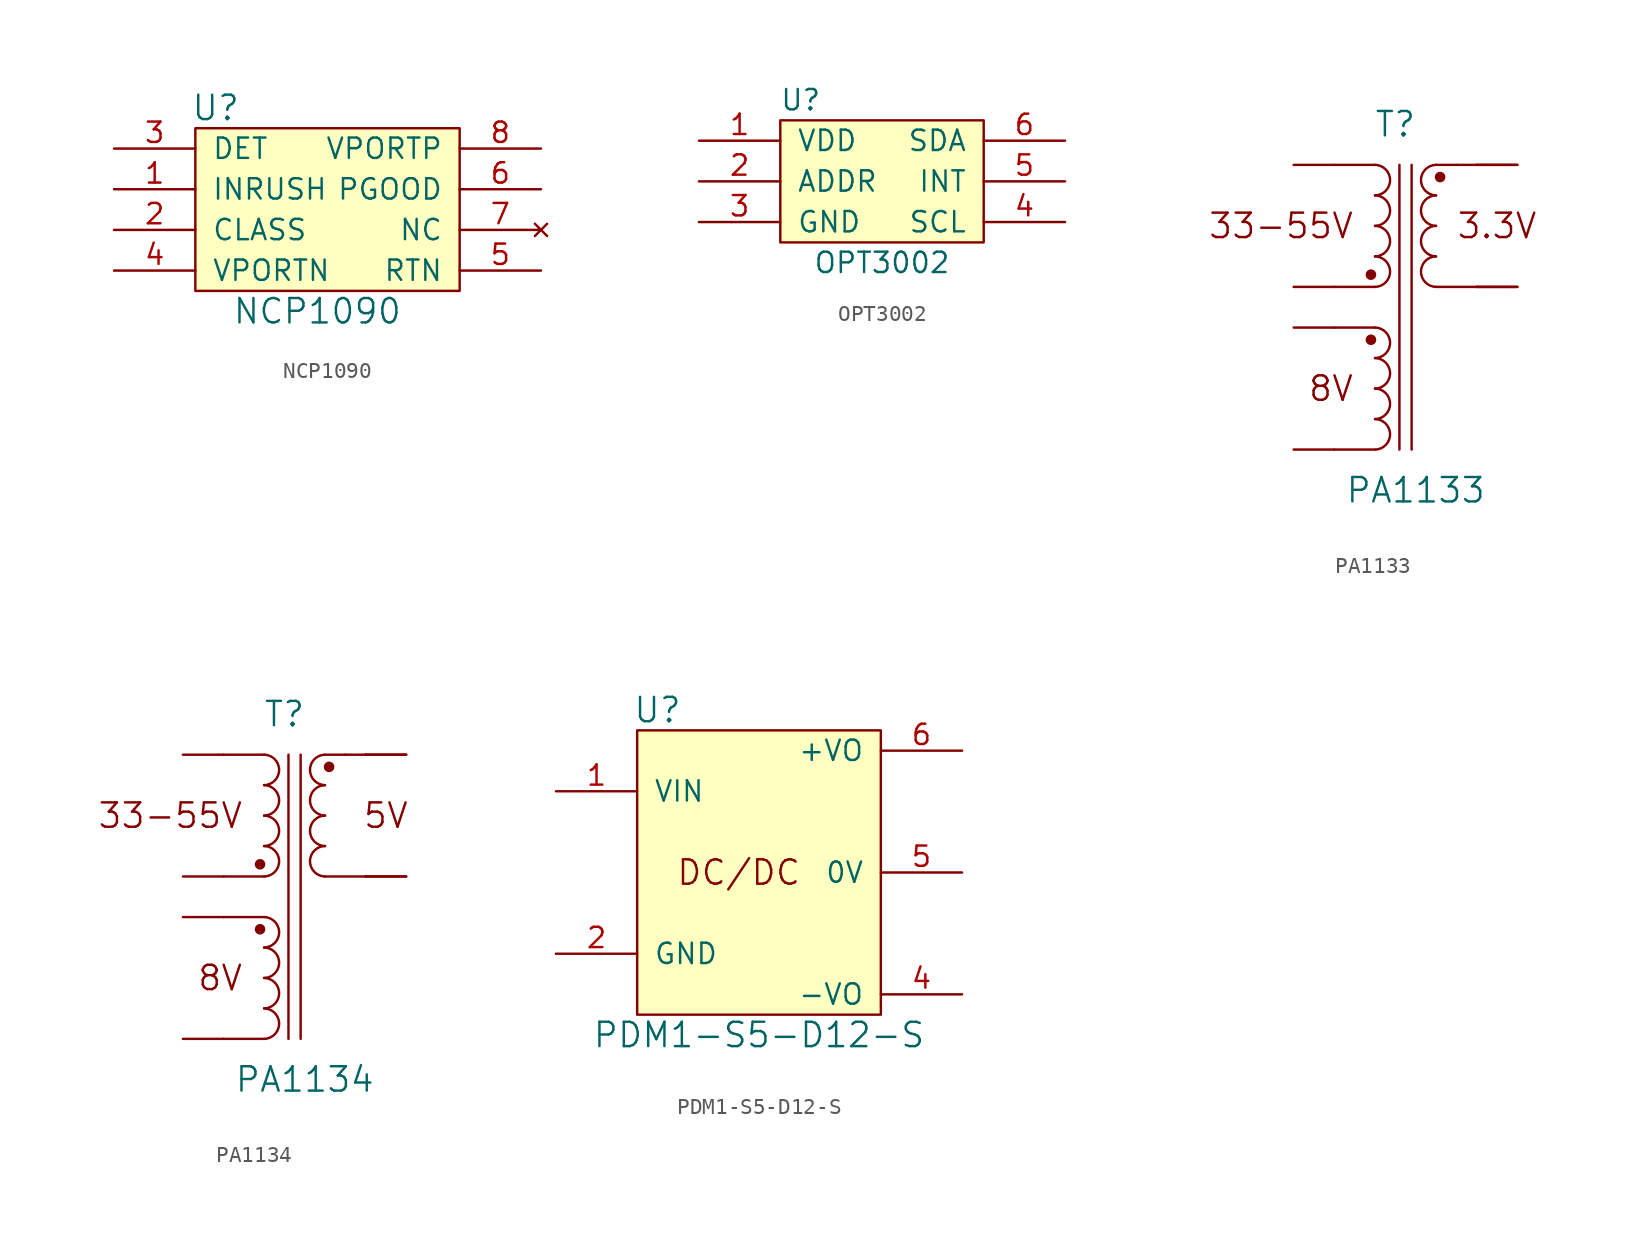
<source format=kicad_sym>
(kicad_symbol_lib
  (version 20211014)
  (generator kicad_symbol_editor)
  (symbol "NCP1090"
    (pin_names
      (offset 1.016))
    (property "Reference" "U"
      (at -6.35 6.35 0)
      (effects (font (size 1.524 1.524))))
    (property "Value" "NCP1090"
      (at 0 -6.35 0)
      (effects (font (size 1.524 1.524))))
    (symbol "NCP1090_0_1"
      (rectangle (start -7.62 5.08) (end 8.89 -5.08) (stroke (width 0) (type default) (color 0 0 0 0)) (fill (type background))))
    (symbol "NCP1090_1_1"
      (pin output line (at -12.7 1.27 0) (length 5.08) (name "INRUSH" (effects (font (size 1.27 1.27)))) (number "1" (effects (font (size 1.27 1.27)))))
      (pin output line (at -12.7 -1.27 0) (length 5.08) (name "CLASS" (effects (font (size 1.27 1.27)))) (number "2" (effects (font (size 1.27 1.27)))))
      (pin output line (at -12.7 3.81 0) (length 5.08) (name "DET" (effects (font (size 1.27 1.27)))) (number "3" (effects (font (size 1.27 1.27)))))
      (pin power_in line (at -12.7 -3.81 0) (length 5.08) (name "VPORTN" (effects (font (size 1.27 1.27)))) (number "4" (effects (font (size 1.27 1.27)))))
      (pin power_out line (at 13.97 -3.81 180) (length 5.08) (name "RTN" (effects (font (size 1.27 1.27)))) (number "5" (effects (font (size 1.27 1.27)))))
      (pin output line (at 13.97 1.27 180) (length 5.08) (name "PGOOD" (effects (font (size 1.27 1.27)))) (number "6" (effects (font (size 1.27 1.27)))))
      (pin no_connect line (at 13.97 -1.27 180) (length 5.08) (name "NC" (effects (font (size 1.27 1.27)))) (number "7" (effects (font (size 1.27 1.27)))))
      (pin power_in line (at 13.97 3.81 180) (length 5.08) (name "VPORTP" (effects (font (size 1.27 1.27)))) (number "8" (effects (font (size 1.27 1.27)))))))
  (symbol "OPT3002"
    (pin_names
      (offset 1.016))
    (property "Reference" "U"
      (at -5.08 5.08 0)
      (effects (font (size 1.27 1.27))))
    (property "Value" "OPT3002"
      (at 0 -5.08 0)
      (effects (font (size 1.27 1.27))))
    (symbol "OPT3002_0_1"
      (polyline (pts (xy -6.35 3.81) (xy 6.35 3.81) (xy 6.35 -3.81) (xy -6.35 -3.81) (xy -6.35 3.81)) (stroke (width 0) (type default) (color 0 0 0 0)) (fill (type background))))
    (symbol "OPT3002_1_1"
      (pin power_in line (at -11.43 2.54 0) (length 5.08) (name "VDD" (effects (font (size 1.27 1.27)))) (number "1" (effects (font (size 1.27 1.27)))))
      (pin input line (at -11.43 0 0) (length 5.08) (name "ADDR" (effects (font (size 1.27 1.27)))) (number "2" (effects (font (size 1.27 1.27)))))
      (pin power_in line (at -11.43 -2.54 0) (length 5.08) (name "GND" (effects (font (size 1.27 1.27)))) (number "3" (effects (font (size 1.27 1.27)))))
      (pin output line (at 11.43 -2.54 180) (length 5.08) (name "SCL" (effects (font (size 1.27 1.27)))) (number "4" (effects (font (size 1.27 1.27)))))
      (pin output line (at 11.43 0 180) (length 5.08) (name "INT" (effects (font (size 1.27 1.27)))) (number "5" (effects (font (size 1.27 1.27)))))
      (pin bidirectional line (at 11.43 2.54 180) (length 5.08) (name "SDA" (effects (font (size 1.27 1.27)))) (number "6" (effects (font (size 1.27 1.27)))))))
  (symbol "PA1133"
    (pin_numbers hide)
    (pin_names
      (offset 1.016))
    (property "Reference" "T"
      (at -1.27 8.89 0)
      (effects (font (size 1.524 1.524))))
    (property "Value" "PA1133"
      (at 0 -13.97 0)
      (effects (font (size 1.524 1.524))))
    (symbol "PA1133_0_0"
      (text "3.3V" (at 5.08 2.54 0) (effects (font (size 1.524 1.524))))
      (text "33-55V" (at -3.81 2.54 0) (effects (font (size 1.524 1.524)) (justify right)))
      (text "8V" (at -3.81 -7.62 0) (effects (font (size 1.524 1.524)) (justify right))))
    (symbol "PA1133_0_1"
      (circle (center -2.794 -4.572) (radius 0.254) (stroke (width 0) (type default) (color 0 0 0 0)) (fill (type outline)))
      (circle (center -2.794 -0.508) (radius 0.254) (stroke (width 0) (type default) (color 0 0 0 0)) (fill (type outline)))
      (arc (start -2.54 -11.43) (mid -1.6002 -10.4902) (end -2.54 -9.525) (stroke (width 0) (type default) (color 0 0 0 0)) (fill (type none)))
      (arc (start -2.54 -9.525) (mid -1.6002 -8.5852) (end -2.54 -7.62) (stroke (width 0) (type default) (color 0 0 0 0)) (fill (type none)))
      (arc (start -2.54 -7.62) (mid -1.6002 -6.6802) (end -2.54 -5.715) (stroke (width 0) (type default) (color 0 0 0 0)) (fill (type none)))
      (arc (start -2.54 -5.715) (mid -1.6002 -4.7752) (end -2.54 -3.81) (stroke (width 0) (type default) (color 0 0 0 0)) (fill (type none)))
      (arc (start -2.54 -1.27) (mid -1.6002 -0.3302) (end -2.54 0.635) (stroke (width 0) (type default) (color 0 0 0 0)) (fill (type none)))
      (arc (start -2.54 0.635) (mid -1.6002 1.5748) (end -2.54 2.54) (stroke (width 0) (type default) (color 0 0 0 0)) (fill (type none)))
      (arc (start -2.54 2.54) (mid -1.6002 3.4798) (end -2.54 4.445) (stroke (width 0) (type default) (color 0 0 0 0)) (fill (type none)))
      (arc (start -2.54 4.445) (mid -1.6002 5.3848) (end -2.54 6.35) (stroke (width 0) (type default) (color 0 0 0 0)) (fill (type none)))
      (polyline (pts (xy -5.08 -11.43) (xy -2.54 -11.43)) (stroke (width 0) (type default) (color 0 0 0 0)) (fill (type none)))
      (polyline (pts (xy -5.08 -3.81) (xy -2.54 -3.81)) (stroke (width 0) (type default) (color 0 0 0 0)) (fill (type none)))
      (polyline (pts (xy -5.08 -1.27) (xy -2.54 -1.27)) (stroke (width 0) (type default) (color 0 0 0 0)) (fill (type none)))
      (polyline (pts (xy -5.08 6.35) (xy -2.54 6.35)) (stroke (width 0) (type default) (color 0 0 0 0)) (fill (type none)))
      (polyline (pts (xy -1.016 6.35) (xy -1.016 -11.43)) (stroke (width 0) (type default) (color 0 0 0 0)) (fill (type none)))
      (polyline (pts (xy -0.254 6.35) (xy -0.254 -11.43)) (stroke (width 0) (type default) (color 0 0 0 0)) (fill (type none)))
      (polyline (pts (xy 1.27 6.35) (xy 2.54 6.35)) (stroke (width 0) (type default) (color 0 0 0 0)) (fill (type none)))
      (polyline (pts (xy 3.81 -1.27) (xy 1.27 -1.27)) (stroke (width 0) (type default) (color 0 0 0 0)) (fill (type none)))
      (polyline (pts (xy 3.81 6.35) (xy 2.54 6.35)) (stroke (width 0) (type default) (color 0 0 0 0)) (fill (type none)))
      (arc (start 1.27 0.635) (mid 0.3302 -0.3048) (end 1.27 -1.27) (stroke (width 0) (type default) (color 0 0 0 0)) (fill (type none)))
      (arc (start 1.27 2.54) (mid 0.3302 1.6002) (end 1.27 0.635) (stroke (width 0) (type default) (color 0 0 0 0)) (fill (type none)))
      (arc (start 1.27 4.445) (mid 0.3302 3.5052) (end 1.27 2.54) (stroke (width 0) (type default) (color 0 0 0 0)) (fill (type none)))
      (arc (start 1.27 6.35) (mid 0.3302 5.4102) (end 1.27 4.445) (stroke (width 0) (type default) (color 0 0 0 0)) (fill (type none)))
      (circle (center 1.524 5.588) (radius 0.254) (stroke (width 0) (type default) (color 0 0 0 0)) (fill (type outline))))
    (symbol "PA1133_1_1"
      (pin power_in line (at -7.62 -11.43 0) (length 2.54) (name "~" (effects (font (size 1.27 1.27)))) (number "1" (effects (font (size 1.27 1.27)))))
      (pin input line (at -7.62 -3.81 0) (length 2.54) (name "~" (effects (font (size 1.27 1.27)))) (number "2" (effects (font (size 1.27 1.27)))))
      (pin power_in line (at -7.62 -1.27 0) (length 2.54) (name "~" (effects (font (size 1.27 1.27)))) (number "3" (effects (font (size 1.27 1.27)))))
      (pin power_in line (at -7.62 6.35 0) (length 2.54) (name "~" (effects (font (size 1.27 1.27)))) (number "4" (effects (font (size 1.27 1.27)))))
      (pin power_out line (at 6.35 6.35 180) (length 2.54) (name "~" (effects (font (size 1.27 1.27)))) (number "5" (effects (font (size 1.27 1.27)))))
      (pin power_out line (at 6.35 6.35 180) (length 2.54) (name "~" (effects (font (size 1.27 1.27)))) (number "6" (effects (font (size 1.27 1.27)))))
      (pin power_out line (at 6.35 -1.27 180) (length 2.54) (name "~" (effects (font (size 1.27 1.27)))) (number "7" (effects (font (size 1.27 1.27)))))
      (pin power_out line (at 6.35 -1.27 180) (length 2.54) (name "~" (effects (font (size 1.27 1.27)))) (number "8" (effects (font (size 1.27 1.27)))))))
  (symbol "PA1134"
    (pin_numbers hide)
    (pin_names
      (offset 1.016))
    (property "Reference" "T"
      (at -1.27 8.89 0)
      (effects (font (size 1.524 1.524))))
    (property "Value" "PA1134"
      (at 0 -13.97 0)
      (effects (font (size 1.524 1.524))))
    (symbol "PA1134_0_0"
      (text "33-55V" (at -3.81 2.54 0) (effects (font (size 1.524 1.524)) (justify right)))
      (text "5V" (at 5.08 2.54 0) (effects (font (size 1.524 1.524))))
      (text "8V" (at -3.81 -7.62 0) (effects (font (size 1.524 1.524)) (justify right))))
    (symbol "PA1134_0_1"
      (circle (center -2.794 -4.572) (radius 0.254) (stroke (width 0) (type default) (color 0 0 0 0)) (fill (type outline)))
      (circle (center -2.794 -0.508) (radius 0.254) (stroke (width 0) (type default) (color 0 0 0 0)) (fill (type outline)))
      (arc (start -2.54 -11.43) (mid -1.6002 -10.4902) (end -2.54 -9.525) (stroke (width 0) (type default) (color 0 0 0 0)) (fill (type none)))
      (arc (start -2.54 -9.525) (mid -1.6002 -8.5852) (end -2.54 -7.62) (stroke (width 0) (type default) (color 0 0 0 0)) (fill (type none)))
      (arc (start -2.54 -7.62) (mid -1.6002 -6.6802) (end -2.54 -5.715) (stroke (width 0) (type default) (color 0 0 0 0)) (fill (type none)))
      (arc (start -2.54 -5.715) (mid -1.6002 -4.7752) (end -2.54 -3.81) (stroke (width 0) (type default) (color 0 0 0 0)) (fill (type none)))
      (arc (start -2.54 -1.27) (mid -1.6002 -0.3302) (end -2.54 0.635) (stroke (width 0) (type default) (color 0 0 0 0)) (fill (type none)))
      (arc (start -2.54 0.635) (mid -1.6002 1.5748) (end -2.54 2.54) (stroke (width 0) (type default) (color 0 0 0 0)) (fill (type none)))
      (arc (start -2.54 2.54) (mid -1.6002 3.4798) (end -2.54 4.445) (stroke (width 0) (type default) (color 0 0 0 0)) (fill (type none)))
      (arc (start -2.54 4.445) (mid -1.6002 5.3848) (end -2.54 6.35) (stroke (width 0) (type default) (color 0 0 0 0)) (fill (type none)))
      (polyline (pts (xy -5.08 -11.43) (xy -2.54 -11.43)) (stroke (width 0) (type default) (color 0 0 0 0)) (fill (type none)))
      (polyline (pts (xy -5.08 -3.81) (xy -2.54 -3.81)) (stroke (width 0) (type default) (color 0 0 0 0)) (fill (type none)))
      (polyline (pts (xy -5.08 -1.27) (xy -2.54 -1.27)) (stroke (width 0) (type default) (color 0 0 0 0)) (fill (type none)))
      (polyline (pts (xy -5.08 6.35) (xy -2.54 6.35)) (stroke (width 0) (type default) (color 0 0 0 0)) (fill (type none)))
      (polyline (pts (xy -1.016 6.35) (xy -1.016 -11.43)) (stroke (width 0) (type default) (color 0 0 0 0)) (fill (type none)))
      (polyline (pts (xy -0.254 6.35) (xy -0.254 -11.43)) (stroke (width 0) (type default) (color 0 0 0 0)) (fill (type none)))
      (polyline (pts (xy 1.27 6.35) (xy 2.54 6.35)) (stroke (width 0) (type default) (color 0 0 0 0)) (fill (type none)))
      (polyline (pts (xy 3.81 -1.27) (xy 1.27 -1.27)) (stroke (width 0) (type default) (color 0 0 0 0)) (fill (type none)))
      (polyline (pts (xy 3.81 6.35) (xy 2.54 6.35)) (stroke (width 0) (type default) (color 0 0 0 0)) (fill (type none)))
      (arc (start 1.27 0.635) (mid 0.3302 -0.3048) (end 1.27 -1.27) (stroke (width 0) (type default) (color 0 0 0 0)) (fill (type none)))
      (arc (start 1.27 2.54) (mid 0.3302 1.6002) (end 1.27 0.635) (stroke (width 0) (type default) (color 0 0 0 0)) (fill (type none)))
      (arc (start 1.27 4.445) (mid 0.3302 3.5052) (end 1.27 2.54) (stroke (width 0) (type default) (color 0 0 0 0)) (fill (type none)))
      (arc (start 1.27 6.35) (mid 0.3302 5.4102) (end 1.27 4.445) (stroke (width 0) (type default) (color 0 0 0 0)) (fill (type none)))
      (circle (center 1.524 5.588) (radius 0.254) (stroke (width 0) (type default) (color 0 0 0 0)) (fill (type outline))))
    (symbol "PA1134_1_1"
      (pin power_in line (at -7.62 -11.43 0) (length 2.54) (name "~" (effects (font (size 1.27 1.27)))) (number "1" (effects (font (size 1.27 1.27)))))
      (pin input line (at -7.62 -3.81 0) (length 2.54) (name "~" (effects (font (size 1.27 1.27)))) (number "2" (effects (font (size 1.27 1.27)))))
      (pin power_in line (at -7.62 -1.27 0) (length 2.54) (name "~" (effects (font (size 1.27 1.27)))) (number "3" (effects (font (size 1.27 1.27)))))
      (pin power_in line (at -7.62 6.35 0) (length 2.54) (name "~" (effects (font (size 1.27 1.27)))) (number "4" (effects (font (size 1.27 1.27)))))
      (pin power_out line (at 6.35 6.35 180) (length 2.54) (name "~" (effects (font (size 1.27 1.27)))) (number "5" (effects (font (size 1.27 1.27)))))
      (pin power_out line (at 6.35 6.35 180) (length 2.54) (name "~" (effects (font (size 1.27 1.27)))) (number "6" (effects (font (size 1.27 1.27)))))
      (pin power_out line (at 6.35 -1.27 180) (length 2.54) (name "~" (effects (font (size 1.27 1.27)))) (number "7" (effects (font (size 1.27 1.27)))))
      (pin power_out line (at 6.35 -1.27 180) (length 2.54) (name "~" (effects (font (size 1.27 1.27)))) (number "8" (effects (font (size 1.27 1.27)))))))
  (symbol "PDM1-S5-D12-S"
    (pin_names
      (offset 1.016))
    (property "Reference" "U"
      (at -6.35 10.16 0)
      (effects (font (size 1.524 1.524))))
    (property "Value" "PDM1-S5-D12-S"
      (at 0 -10.16 0)
      (effects (font (size 1.524 1.524))))
    (symbol "PDM1-S5-D12-S_0_0"
      (rectangle (start 7.62 8.89) (end -7.62 -8.89) (stroke (width 0) (type default) (color 0 0 0 0)) (fill (type background)))
      (text "DC/DC" (at -1.27 0 0) (effects (font (size 1.524 1.524)))))
    (symbol "PDM1-S5-D12-S_1_1"
      (pin power_in line (at -12.7 5.08 0) (length 5.08) (name "VIN" (effects (font (size 1.27 1.27)))) (number "1" (effects (font (size 1.27 1.27)))))
      (pin power_in line (at -12.7 -5.08 0) (length 5.08) (name "GND" (effects (font (size 1.27 1.27)))) (number "2" (effects (font (size 1.27 1.27)))))
      (pin power_out line (at 12.7 -7.62 180) (length 5.08) (name "-VO" (effects (font (size 1.27 1.27)))) (number "4" (effects (font (size 1.27 1.27)))))
      (pin power_out line (at 12.7 0 180) (length 5.08) (name "0V" (effects (font (size 1.27 1.27)))) (number "5" (effects (font (size 1.27 1.27)))))
      (pin power_out line (at 12.7 7.62 180) (length 5.08) (name "+VO" (effects (font (size 1.27 1.27)))) (number "6" (effects (font (size 1.27 1.27))))))))
</source>
